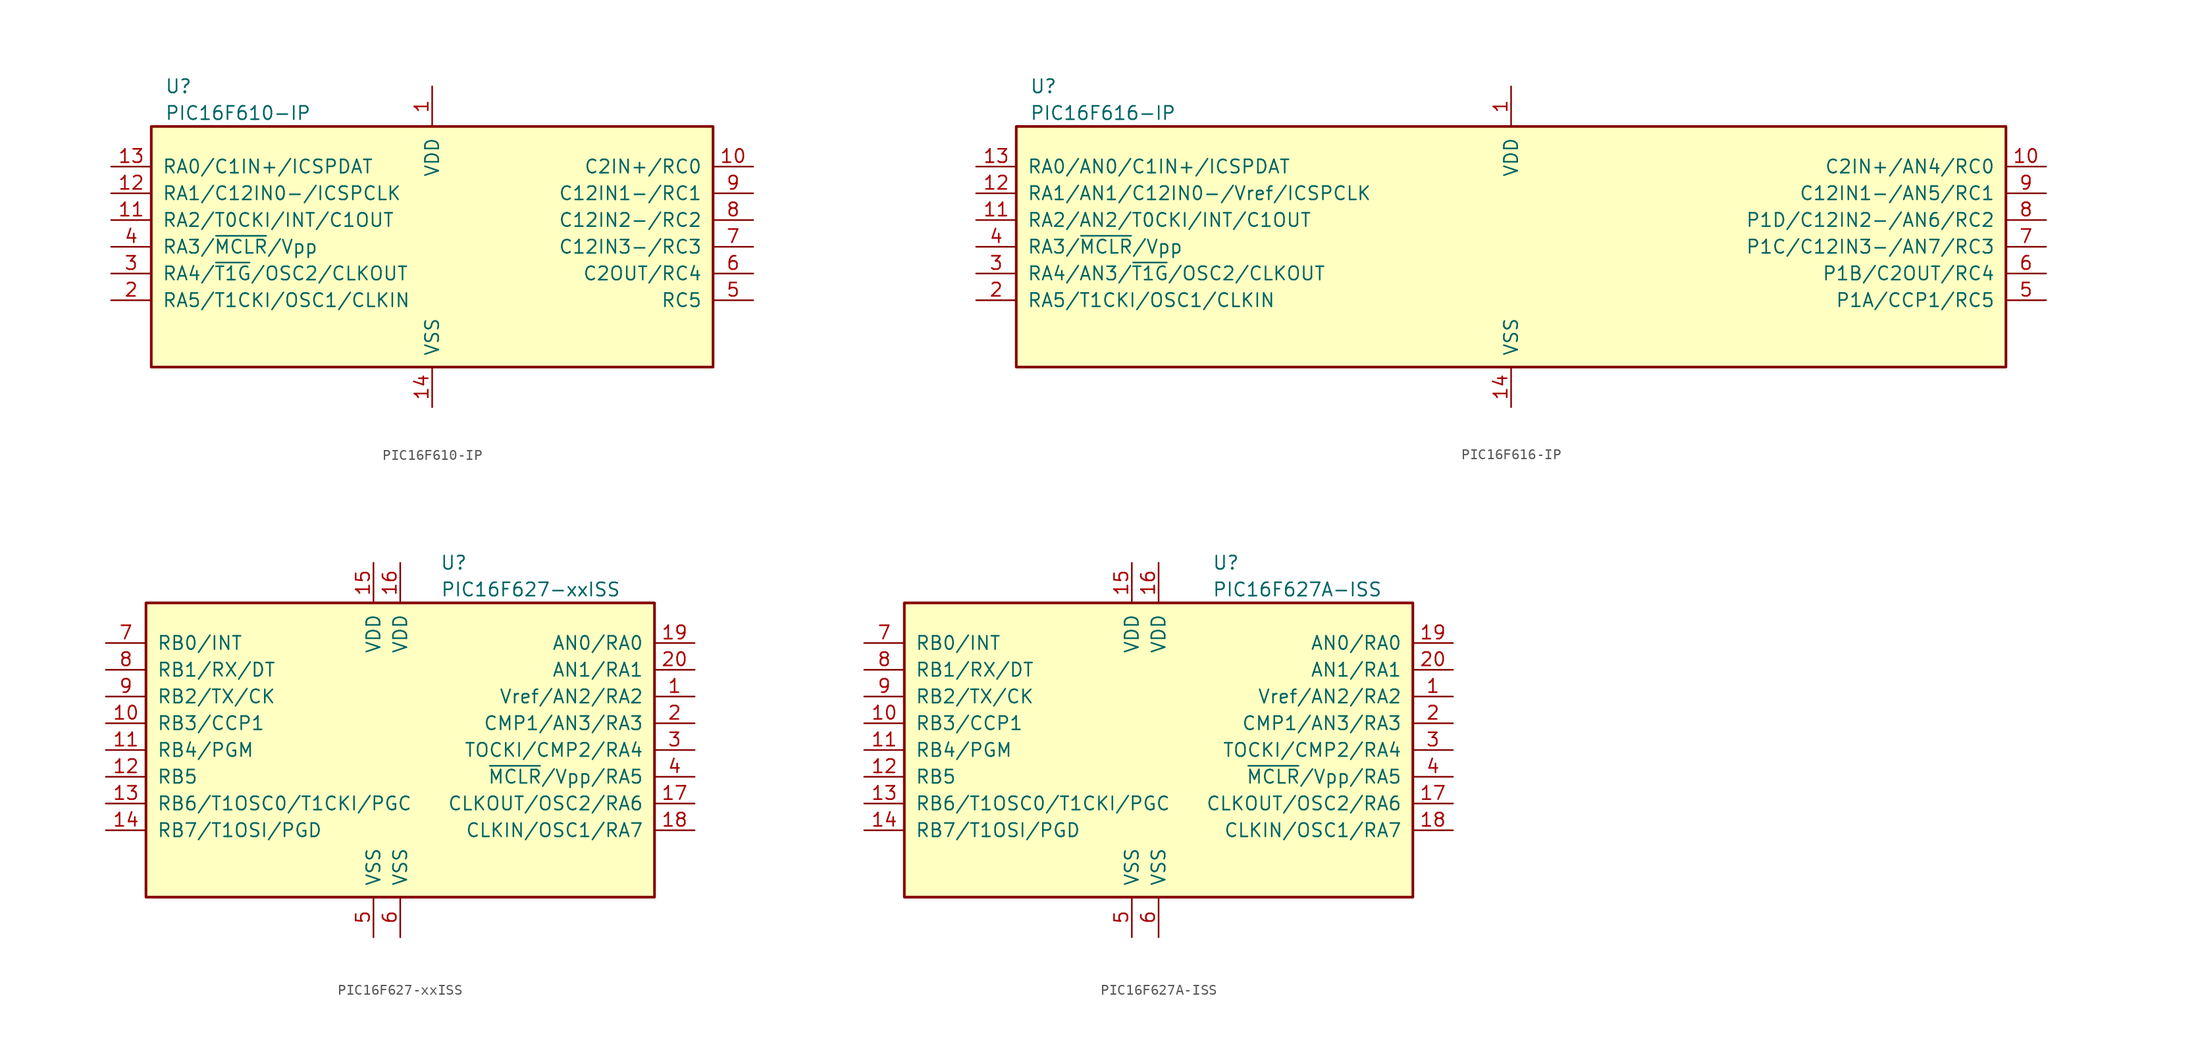
<source format=kicad_sym>
(kicad_symbol_lib
  (version 20211014)
  (generator kicad_symbol_editor)
  (symbol "PIC16F610-IP"
    (pin_names
      (offset 1.016))
    (property "Reference" "U"
      (at -25.4 15.24 0)
      (effects (font (size 1.27 1.27)) (justify left)))
    (property "Value" "PIC16F610-IP"
      (at -25.4 12.7 0)
      (effects (font (size 1.27 1.27)) (justify left)))
    (symbol "PIC16F610-IP_0_1"
      (rectangle (start -26.67 11.43) (end 26.67 -11.43) (stroke (width 0.254) (type default) (color 0 0 0 0)) (fill (type background))))
    (symbol "PIC16F610-IP_1_1"
      (pin power_in line (at 0 15.24 270) (length 3.81) (name "VDD" (effects (font (size 1.27 1.27)))) (number "1" (effects (font (size 1.27 1.27)))))
      (pin bidirectional line (at 30.48 7.62 180) (length 3.81) (name "C2IN+/RC0" (effects (font (size 1.27 1.27)))) (number "10" (effects (font (size 1.27 1.27)))))
      (pin bidirectional line (at -30.48 2.54 0) (length 3.81) (name "RA2/T0CKI/INT/C1OUT" (effects (font (size 1.27 1.27)))) (number "11" (effects (font (size 1.27 1.27)))))
      (pin bidirectional line (at -30.48 5.08 0) (length 3.81) (name "RA1/C12IN0-/ICSPCLK" (effects (font (size 1.27 1.27)))) (number "12" (effects (font (size 1.27 1.27)))))
      (pin bidirectional line (at -30.48 7.62 0) (length 3.81) (name "RA0/C1IN+/ICSPDAT" (effects (font (size 1.27 1.27)))) (number "13" (effects (font (size 1.27 1.27)))))
      (pin power_in line (at 0 -15.24 90) (length 3.81) (name "VSS" (effects (font (size 1.27 1.27)))) (number "14" (effects (font (size 1.27 1.27)))))
      (pin bidirectional line (at -30.48 -5.08 0) (length 3.81) (name "RA5/T1CKI/OSC1/CLKIN" (effects (font (size 1.27 1.27)))) (number "2" (effects (font (size 1.27 1.27)))))
      (pin bidirectional line (at -30.48 -2.54 0) (length 3.81) (name "RA4/~{T1G}/OSC2/CLKOUT" (effects (font (size 1.27 1.27)))) (number "3" (effects (font (size 1.27 1.27)))))
      (pin input line (at -30.48 0 0) (length 3.81) (name "RA3/~{MCLR}/Vpp" (effects (font (size 1.27 1.27)))) (number "4" (effects (font (size 1.27 1.27)))))
      (pin bidirectional line (at 30.48 -5.08 180) (length 3.81) (name "RC5" (effects (font (size 1.27 1.27)))) (number "5" (effects (font (size 1.27 1.27)))))
      (pin bidirectional line (at 30.48 -2.54 180) (length 3.81) (name "C2OUT/RC4" (effects (font (size 1.27 1.27)))) (number "6" (effects (font (size 1.27 1.27)))))
      (pin bidirectional line (at 30.48 0 180) (length 3.81) (name "C12IN3-/RC3" (effects (font (size 1.27 1.27)))) (number "7" (effects (font (size 1.27 1.27)))))
      (pin bidirectional line (at 30.48 2.54 180) (length 3.81) (name "C12IN2-/RC2" (effects (font (size 1.27 1.27)))) (number "8" (effects (font (size 1.27 1.27)))))
      (pin bidirectional line (at 30.48 5.08 180) (length 3.81) (name "C12IN1-/RC1" (effects (font (size 1.27 1.27)))) (number "9" (effects (font (size 1.27 1.27)))))))
  (symbol "PIC16F616-IP"
    (pin_names
      (offset 1.016))
    (property "Reference" "U"
      (at -45.72 15.24 0)
      (effects (font (size 1.27 1.27)) (justify left)))
    (property "Value" "PIC16F616-IP"
      (at -45.72 12.7 0)
      (effects (font (size 1.27 1.27)) (justify left)))
    (symbol "PIC16F616-IP_0_1"
      (rectangle (start -46.99 11.43) (end 46.99 -11.43) (stroke (width 0.254) (type default) (color 0 0 0 0)) (fill (type background))))
    (symbol "PIC16F616-IP_1_1"
      (pin power_in line (at 0 15.24 270) (length 3.81) (name "VDD" (effects (font (size 1.27 1.27)))) (number "1" (effects (font (size 1.27 1.27)))))
      (pin bidirectional line (at 50.8 7.62 180) (length 3.81) (name "C2IN+/AN4/RC0" (effects (font (size 1.27 1.27)))) (number "10" (effects (font (size 1.27 1.27)))))
      (pin bidirectional line (at -50.8 2.54 0) (length 3.81) (name "RA2/AN2/T0CKI/INT/C1OUT" (effects (font (size 1.27 1.27)))) (number "11" (effects (font (size 1.27 1.27)))))
      (pin bidirectional line (at -50.8 5.08 0) (length 3.81) (name "RA1/AN1/C12IN0-/Vref/ICSPCLK" (effects (font (size 1.27 1.27)))) (number "12" (effects (font (size 1.27 1.27)))))
      (pin bidirectional line (at -50.8 7.62 0) (length 3.81) (name "RA0/AN0/C1IN+/ICSPDAT" (effects (font (size 1.27 1.27)))) (number "13" (effects (font (size 1.27 1.27)))))
      (pin power_in line (at 0 -15.24 90) (length 3.81) (name "VSS" (effects (font (size 1.27 1.27)))) (number "14" (effects (font (size 1.27 1.27)))))
      (pin bidirectional line (at -50.8 -5.08 0) (length 3.81) (name "RA5/T1CKI/OSC1/CLKIN" (effects (font (size 1.27 1.27)))) (number "2" (effects (font (size 1.27 1.27)))))
      (pin bidirectional line (at -50.8 -2.54 0) (length 3.81) (name "RA4/AN3/~{T1G}/OSC2/CLKOUT" (effects (font (size 1.27 1.27)))) (number "3" (effects (font (size 1.27 1.27)))))
      (pin input line (at -50.8 0 0) (length 3.81) (name "RA3/~{MCLR}/Vpp" (effects (font (size 1.27 1.27)))) (number "4" (effects (font (size 1.27 1.27)))))
      (pin bidirectional line (at 50.8 -5.08 180) (length 3.81) (name "P1A/CCP1/RC5" (effects (font (size 1.27 1.27)))) (number "5" (effects (font (size 1.27 1.27)))))
      (pin bidirectional line (at 50.8 -2.54 180) (length 3.81) (name "P1B/C2OUT/RC4" (effects (font (size 1.27 1.27)))) (number "6" (effects (font (size 1.27 1.27)))))
      (pin bidirectional line (at 50.8 0 180) (length 3.81) (name "P1C/C12IN3-/AN7/RC3" (effects (font (size 1.27 1.27)))) (number "7" (effects (font (size 1.27 1.27)))))
      (pin bidirectional line (at 50.8 2.54 180) (length 3.81) (name "P1D/C12IN2-/AN6/RC2" (effects (font (size 1.27 1.27)))) (number "8" (effects (font (size 1.27 1.27)))))
      (pin bidirectional line (at 50.8 5.08 180) (length 3.81) (name "C12IN1-/AN5/RC1" (effects (font (size 1.27 1.27)))) (number "9" (effects (font (size 1.27 1.27)))))))
  (symbol "PIC16F627-xxISS"
    (pin_names
      (offset 1.016))
    (property "Reference" "U"
      (at 5.08 17.78 0)
      (effects (font (size 1.27 1.27))))
    (property "Value" "PIC16F627-xxISS"
      (at 3.81 15.24 0)
      (effects (font (size 1.27 1.27)) (justify left)))
    (symbol "PIC16F627-xxISS_0_1"
      (rectangle (start 24.13 13.97) (end -24.13 -13.97) (stroke (width 0.254) (type default) (color 0 0 0 0)) (fill (type background))))
    (symbol "PIC16F627-xxISS_1_1"
      (pin bidirectional line (at 27.94 5.08 180) (length 3.81) (name "Vref/AN2/RA2" (effects (font (size 1.27 1.27)))) (number "1" (effects (font (size 1.27 1.27)))))
      (pin bidirectional line (at -27.94 2.54 0) (length 3.81) (name "RB3/CCP1" (effects (font (size 1.27 1.27)))) (number "10" (effects (font (size 1.27 1.27)))))
      (pin bidirectional line (at -27.94 0 0) (length 3.81) (name "RB4/PGM" (effects (font (size 1.27 1.27)))) (number "11" (effects (font (size 1.27 1.27)))))
      (pin bidirectional line (at -27.94 -2.54 0) (length 3.81) (name "RB5" (effects (font (size 1.27 1.27)))) (number "12" (effects (font (size 1.27 1.27)))))
      (pin bidirectional line (at -27.94 -5.08 0) (length 3.81) (name "RB6/T1OSC0/T1CKI/PGC" (effects (font (size 1.27 1.27)))) (number "13" (effects (font (size 1.27 1.27)))))
      (pin bidirectional line (at -27.94 -7.62 0) (length 3.81) (name "RB7/T1OSI/PGD" (effects (font (size 1.27 1.27)))) (number "14" (effects (font (size 1.27 1.27)))))
      (pin power_in line (at -2.54 17.78 270) (length 3.81) (name "VDD" (effects (font (size 1.27 1.27)))) (number "15" (effects (font (size 1.27 1.27)))))
      (pin power_in line (at 0 17.78 270) (length 3.81) (name "VDD" (effects (font (size 1.27 1.27)))) (number "16" (effects (font (size 1.27 1.27)))))
      (pin bidirectional line (at 27.94 -5.08 180) (length 3.81) (name "CLKOUT/OSC2/RA6" (effects (font (size 1.27 1.27)))) (number "17" (effects (font (size 1.27 1.27)))))
      (pin bidirectional line (at 27.94 -7.62 180) (length 3.81) (name "CLKIN/OSC1/RA7" (effects (font (size 1.27 1.27)))) (number "18" (effects (font (size 1.27 1.27)))))
      (pin bidirectional line (at 27.94 10.16 180) (length 3.81) (name "AN0/RA0" (effects (font (size 1.27 1.27)))) (number "19" (effects (font (size 1.27 1.27)))))
      (pin bidirectional line (at 27.94 2.54 180) (length 3.81) (name "CMP1/AN3/RA3" (effects (font (size 1.27 1.27)))) (number "2" (effects (font (size 1.27 1.27)))))
      (pin bidirectional line (at 27.94 7.62 180) (length 3.81) (name "AN1/RA1" (effects (font (size 1.27 1.27)))) (number "20" (effects (font (size 1.27 1.27)))))
      (pin bidirectional line (at 27.94 0 180) (length 3.81) (name "TOCKI/CMP2/RA4" (effects (font (size 1.27 1.27)))) (number "3" (effects (font (size 1.27 1.27)))))
      (pin input line (at 27.94 -2.54 180) (length 3.81) (name "~{MCLR}/Vpp/RA5" (effects (font (size 1.27 1.27)))) (number "4" (effects (font (size 1.27 1.27)))))
      (pin power_in line (at -2.54 -17.78 90) (length 3.81) (name "VSS" (effects (font (size 1.27 1.27)))) (number "5" (effects (font (size 1.27 1.27)))))
      (pin power_in line (at 0 -17.78 90) (length 3.81) (name "VSS" (effects (font (size 1.27 1.27)))) (number "6" (effects (font (size 1.27 1.27)))))
      (pin bidirectional line (at -27.94 10.16 0) (length 3.81) (name "RB0/INT" (effects (font (size 1.27 1.27)))) (number "7" (effects (font (size 1.27 1.27)))))
      (pin bidirectional line (at -27.94 7.62 0) (length 3.81) (name "RB1/RX/DT" (effects (font (size 1.27 1.27)))) (number "8" (effects (font (size 1.27 1.27)))))
      (pin bidirectional line (at -27.94 5.08 0) (length 3.81) (name "RB2/TX/CK" (effects (font (size 1.27 1.27)))) (number "9" (effects (font (size 1.27 1.27)))))))
  (symbol "PIC16F627A-ISS"
    (pin_names
      (offset 1.016))
    (property "Reference" "U"
      (at 5.08 17.78 0)
      (effects (font (size 1.27 1.27)) (justify left)))
    (property "Value" "PIC16F627A-ISS"
      (at 5.08 15.24 0)
      (effects (font (size 1.27 1.27)) (justify left)))
    (symbol "PIC16F627A-ISS_0_1"
      (rectangle (start 24.13 13.97) (end -24.13 -13.97) (stroke (width 0.254) (type default) (color 0 0 0 0)) (fill (type background))))
    (symbol "PIC16F627A-ISS_1_1"
      (pin bidirectional line (at 27.94 5.08 180) (length 3.81) (name "Vref/AN2/RA2" (effects (font (size 1.27 1.27)))) (number "1" (effects (font (size 1.27 1.27)))))
      (pin bidirectional line (at -27.94 2.54 0) (length 3.81) (name "RB3/CCP1" (effects (font (size 1.27 1.27)))) (number "10" (effects (font (size 1.27 1.27)))))
      (pin bidirectional line (at -27.94 0 0) (length 3.81) (name "RB4/PGM" (effects (font (size 1.27 1.27)))) (number "11" (effects (font (size 1.27 1.27)))))
      (pin bidirectional line (at -27.94 -2.54 0) (length 3.81) (name "RB5" (effects (font (size 1.27 1.27)))) (number "12" (effects (font (size 1.27 1.27)))))
      (pin bidirectional line (at -27.94 -5.08 0) (length 3.81) (name "RB6/T1OSC0/T1CKI/PGC" (effects (font (size 1.27 1.27)))) (number "13" (effects (font (size 1.27 1.27)))))
      (pin bidirectional line (at -27.94 -7.62 0) (length 3.81) (name "RB7/T1OSI/PGD" (effects (font (size 1.27 1.27)))) (number "14" (effects (font (size 1.27 1.27)))))
      (pin power_in line (at -2.54 17.78 270) (length 3.81) (name "VDD" (effects (font (size 1.27 1.27)))) (number "15" (effects (font (size 1.27 1.27)))))
      (pin power_in line (at 0 17.78 270) (length 3.81) (name "VDD" (effects (font (size 1.27 1.27)))) (number "16" (effects (font (size 1.27 1.27)))))
      (pin bidirectional line (at 27.94 -5.08 180) (length 3.81) (name "CLKOUT/OSC2/RA6" (effects (font (size 1.27 1.27)))) (number "17" (effects (font (size 1.27 1.27)))))
      (pin bidirectional line (at 27.94 -7.62 180) (length 3.81) (name "CLKIN/OSC1/RA7" (effects (font (size 1.27 1.27)))) (number "18" (effects (font (size 1.27 1.27)))))
      (pin bidirectional line (at 27.94 10.16 180) (length 3.81) (name "AN0/RA0" (effects (font (size 1.27 1.27)))) (number "19" (effects (font (size 1.27 1.27)))))
      (pin bidirectional line (at 27.94 2.54 180) (length 3.81) (name "CMP1/AN3/RA3" (effects (font (size 1.27 1.27)))) (number "2" (effects (font (size 1.27 1.27)))))
      (pin bidirectional line (at 27.94 7.62 180) (length 3.81) (name "AN1/RA1" (effects (font (size 1.27 1.27)))) (number "20" (effects (font (size 1.27 1.27)))))
      (pin bidirectional line (at 27.94 0 180) (length 3.81) (name "TOCKI/CMP2/RA4" (effects (font (size 1.27 1.27)))) (number "3" (effects (font (size 1.27 1.27)))))
      (pin input line (at 27.94 -2.54 180) (length 3.81) (name "~{MCLR}/Vpp/RA5" (effects (font (size 1.27 1.27)))) (number "4" (effects (font (size 1.27 1.27)))))
      (pin power_in line (at -2.54 -17.78 90) (length 3.81) (name "VSS" (effects (font (size 1.27 1.27)))) (number "5" (effects (font (size 1.27 1.27)))))
      (pin power_in line (at 0 -17.78 90) (length 3.81) (name "VSS" (effects (font (size 1.27 1.27)))) (number "6" (effects (font (size 1.27 1.27)))))
      (pin bidirectional line (at -27.94 10.16 0) (length 3.81) (name "RB0/INT" (effects (font (size 1.27 1.27)))) (number "7" (effects (font (size 1.27 1.27)))))
      (pin bidirectional line (at -27.94 7.62 0) (length 3.81) (name "RB1/RX/DT" (effects (font (size 1.27 1.27)))) (number "8" (effects (font (size 1.27 1.27)))))
      (pin bidirectional line (at -27.94 5.08 0) (length 3.81) (name "RB2/TX/CK" (effects (font (size 1.27 1.27)))) (number "9" (effects (font (size 1.27 1.27))))))))
</source>
